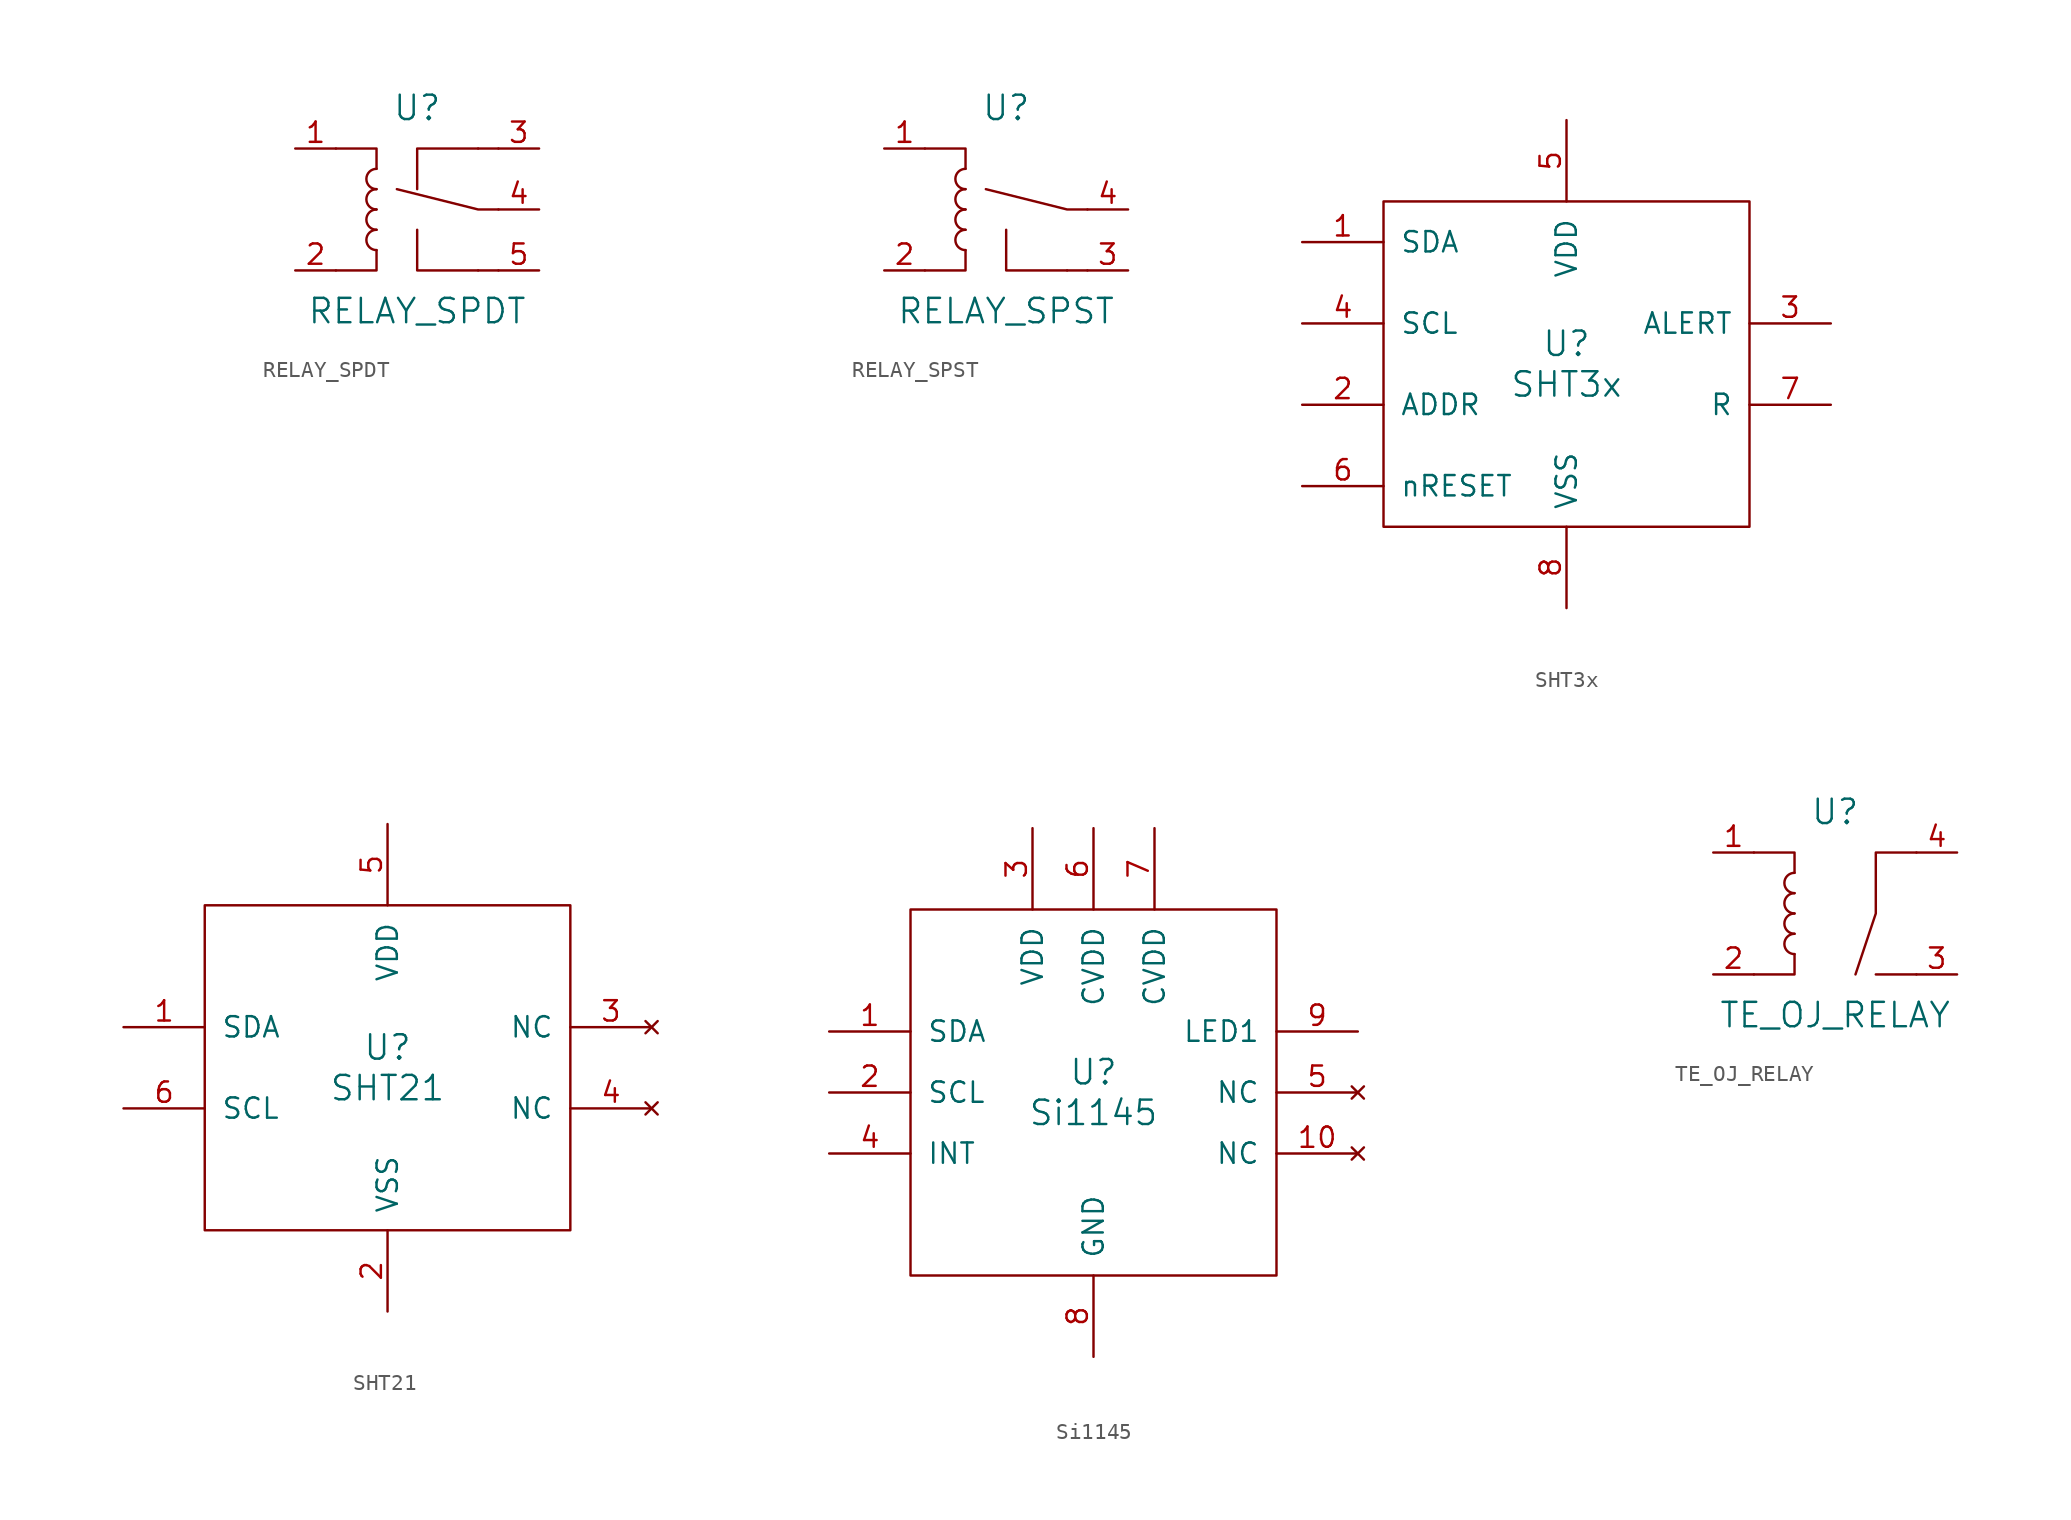
<source format=kicad_sym>
(kicad_symbol_lib
  (version 20220914)
  (generator kicad_symbol_editor)
  (symbol "RELAY_SPDT"
    (pin_names
      (offset 1.016))
    (property "Reference" "U"
      (at 0 6.35 0)
      (effects (font (size 1.524 1.524))))
    (property "Value" "RELAY_SPDT"
      (at 0 -6.35 0)
      (effects (font (size 1.524 1.524))))
    (property "Footprint" ""
      (at -19.05 5.08 0)
      (effects (font (size 1.524 1.524))))
    (property "Datasheet" ""
      (at -19.05 5.08 0)
      (effects (font (size 1.524 1.524))))
    (symbol "RELAY_SPDT_0_1"
      (arc (start -2.54 -1.27) (mid -3.1723 -1.905) (end -2.54 -2.54) (stroke (width 0) (type solid)) (fill (type none)))
      (arc (start -2.54 0) (mid -3.1723 -0.635) (end -2.54 -1.27) (stroke (width 0) (type solid)) (fill (type none)))
      (arc (start -2.54 1.27) (mid -3.1723 0.635) (end -2.54 0) (stroke (width 0) (type solid)) (fill (type none)))
      (arc (start -2.54 2.54) (mid -3.1723 1.905) (end -2.54 1.27) (stroke (width 0) (type solid)) (fill (type none)))
      (polyline (pts (xy 3.81 -3.81) (xy 5.08 -3.81)) (stroke (width 0) (type solid)) (fill (type none)))
      (polyline (pts (xy 3.81 3.81) (xy 5.08 3.81)) (stroke (width 0) (type solid)) (fill (type none)))
      (polyline (pts (xy -2.54 -2.54) (xy -2.54 -3.81) (xy -5.08 -3.81)) (stroke (width 0) (type solid)) (fill (type none)))
      (polyline (pts (xy -2.54 2.54) (xy -2.54 3.81) (xy -5.08 3.81)) (stroke (width 0) (type solid)) (fill (type none)))
      (polyline (pts (xy -1.27 1.27) (xy 3.81 0) (xy 5.08 0)) (stroke (width 0) (type solid)) (fill (type none)))
      (polyline (pts (xy 0 -1.27) (xy 0 -3.81) (xy 3.81 -3.81)) (stroke (width 0) (type solid)) (fill (type none)))
      (polyline (pts (xy 0 1.27) (xy 0 3.81) (xy 3.81 3.81)) (stroke (width 0) (type solid)) (fill (type none))))
    (symbol "RELAY_SPDT_1_1"
      (pin input line (at -7.62 3.81 0) (length 2.54) (name "~" (effects (font (size 1.27 1.27)))) (number "1" (effects (font (size 1.27 1.27)))))
      (pin input line (at -7.62 -3.81 0) (length 2.54) (name "~" (effects (font (size 1.27 1.27)))) (number "2" (effects (font (size 1.27 1.27)))))
      (pin input line (at 7.62 3.81 180) (length 2.54) (name "~" (effects (font (size 1.27 1.27)))) (number "3" (effects (font (size 1.27 1.27)))))
      (pin input line (at 7.62 0 180) (length 2.54) (name "~" (effects (font (size 1.27 1.27)))) (number "4" (effects (font (size 1.27 1.27)))))
      (pin input line (at 7.62 -3.81 180) (length 2.54) (name "~" (effects (font (size 1.27 1.27)))) (number "5" (effects (font (size 1.27 1.27)))))))
  (symbol "RELAY_SPST"
    (pin_names
      (offset 1.016))
    (property "Reference" "U"
      (at 0 6.35 0)
      (effects (font (size 1.524 1.524))))
    (property "Value" "RELAY_SPST"
      (at 0 -6.35 0)
      (effects (font (size 1.524 1.524))))
    (property "Footprint" ""
      (at -19.05 5.08 0)
      (effects (font (size 1.524 1.524))))
    (property "Datasheet" ""
      (at -19.05 5.08 0)
      (effects (font (size 1.524 1.524))))
    (symbol "RELAY_SPST_0_1"
      (arc (start -2.54 -1.27) (mid -3.1723 -1.905) (end -2.54 -2.54) (stroke (width 0) (type solid)) (fill (type none)))
      (arc (start -2.54 0) (mid -3.1723 -0.635) (end -2.54 -1.27) (stroke (width 0) (type solid)) (fill (type none)))
      (arc (start -2.54 1.27) (mid -3.1723 0.635) (end -2.54 0) (stroke (width 0) (type solid)) (fill (type none)))
      (arc (start -2.54 2.54) (mid -3.1723 1.905) (end -2.54 1.27) (stroke (width 0) (type solid)) (fill (type none)))
      (polyline (pts (xy 3.81 -3.81) (xy 5.08 -3.81)) (stroke (width 0) (type solid)) (fill (type none)))
      (polyline (pts (xy -2.54 -2.54) (xy -2.54 -3.81) (xy -5.08 -3.81)) (stroke (width 0) (type solid)) (fill (type none)))
      (polyline (pts (xy -2.54 2.54) (xy -2.54 3.81) (xy -5.08 3.81)) (stroke (width 0) (type solid)) (fill (type none)))
      (polyline (pts (xy -1.27 1.27) (xy 3.81 0) (xy 5.08 0)) (stroke (width 0) (type solid)) (fill (type none)))
      (polyline (pts (xy 0 -1.27) (xy 0 -3.81) (xy 3.81 -3.81)) (stroke (width 0) (type solid)) (fill (type none))))
    (symbol "RELAY_SPST_1_1"
      (pin input line (at -7.62 3.81 0) (length 2.54) (name "~" (effects (font (size 1.27 1.27)))) (number "1" (effects (font (size 1.27 1.27)))))
      (pin input line (at -7.62 -3.81 0) (length 2.54) (name "~" (effects (font (size 1.27 1.27)))) (number "2" (effects (font (size 1.27 1.27)))))
      (pin input line (at 7.62 -3.81 180) (length 2.54) (name "~" (effects (font (size 1.27 1.27)))) (number "3" (effects (font (size 1.27 1.27)))))
      (pin input line (at 7.62 0 180) (length 2.54) (name "~" (effects (font (size 1.27 1.27)))) (number "4" (effects (font (size 1.27 1.27)))))))
  (symbol "SHT3x"
    (pin_names
      (offset 1.016))
    (property "Reference" "U"
      (at 0 1.27 0)
      (effects (font (size 1.524 1.524))))
    (property "Value" "SHT3x"
      (at 0 -1.27 0)
      (effects (font (size 1.524 1.524))))
    (property "Footprint" ""
      (at 0 0 0)
      (effects (font (size 1.524 1.524))))
    (property "Datasheet" ""
      (at 0 0 0)
      (effects (font (size 1.524 1.524))))
    (symbol "SHT3x_0_1"
      (rectangle (start -11.43 10.16) (end 11.43 -10.16) (stroke (width 0) (type solid)) (fill (type none))))
    (symbol "SHT3x_1_1"
      (pin bidirectional line (at -16.51 7.62 0) (length 5.08) (name "SDA" (effects (font (size 1.27 1.27)))) (number "1" (effects (font (size 1.27 1.27)))))
      (pin input line (at -16.51 -2.54 0) (length 5.08) (name "ADDR" (effects (font (size 1.27 1.27)))) (number "2" (effects (font (size 1.27 1.27)))))
      (pin output line (at 16.51 2.54 180) (length 5.08) (name "ALERT" (effects (font (size 1.27 1.27)))) (number "3" (effects (font (size 1.27 1.27)))))
      (pin bidirectional line (at -16.51 2.54 0) (length 5.08) (name "SCL" (effects (font (size 1.27 1.27)))) (number "4" (effects (font (size 1.27 1.27)))))
      (pin power_in line (at 0 15.24 270) (length 5.08) (name "VDD" (effects (font (size 1.27 1.27)))) (number "5" (effects (font (size 1.27 1.27)))))
      (pin input line (at -16.51 -7.62 0) (length 5.08) (name "nRESET" (effects (font (size 1.27 1.27)))) (number "6" (effects (font (size 1.27 1.27)))))
      (pin unspecified line (at 16.51 -2.54 180) (length 5.08) (name "R" (effects (font (size 1.27 1.27)))) (number "7" (effects (font (size 1.27 1.27)))))
      (pin power_in line (at 0 -15.24 90) (length 5.08) (name "VSS" (effects (font (size 1.27 1.27)))) (number "8" (effects (font (size 1.27 1.27)))))))
  (symbol "SHT21"
    (pin_names
      (offset 1.016))
    (property "Reference" "U"
      (at 0 1.27 0)
      (effects (font (size 1.524 1.524))))
    (property "Value" "SHT21"
      (at 0 -1.27 0)
      (effects (font (size 1.524 1.524))))
    (property "Footprint" ""
      (at 0 0 0)
      (effects (font (size 1.524 1.524))))
    (property "Datasheet" ""
      (at 0 0 0)
      (effects (font (size 1.524 1.524))))
    (symbol "SHT21_0_1"
      (rectangle (start -11.43 10.16) (end 11.43 -10.16) (stroke (width 0) (type solid)) (fill (type none))))
    (symbol "SHT21_1_1"
      (pin bidirectional line (at -16.51 2.54 0) (length 5.08) (name "SDA" (effects (font (size 1.27 1.27)))) (number "1" (effects (font (size 1.27 1.27)))))
      (pin power_in line (at 0 -15.24 90) (length 5.08) (name "VSS" (effects (font (size 1.27 1.27)))) (number "2" (effects (font (size 1.27 1.27)))))
      (pin no_connect line (at 16.51 2.54 180) (length 5.08) (name "NC" (effects (font (size 1.27 1.27)))) (number "3" (effects (font (size 1.27 1.27)))))
      (pin no_connect line (at 16.51 -2.54 180) (length 5.08) (name "NC" (effects (font (size 1.27 1.27)))) (number "4" (effects (font (size 1.27 1.27)))))
      (pin power_in line (at 0 15.24 270) (length 5.08) (name "VDD" (effects (font (size 1.27 1.27)))) (number "5" (effects (font (size 1.27 1.27)))))
      (pin bidirectional line (at -16.51 -2.54 0) (length 5.08) (name "SCL" (effects (font (size 1.27 1.27)))) (number "6" (effects (font (size 1.27 1.27)))))))
  (symbol "Si1145"
    (pin_names
      (offset 1.016))
    (property "Reference" "U"
      (at 0 1.27 0)
      (effects (font (size 1.524 1.524))))
    (property "Value" "Si1145"
      (at 0 -1.27 0)
      (effects (font (size 1.524 1.524))))
    (property "Footprint" ""
      (at 0 0 0)
      (effects (font (size 1.524 1.524))))
    (property "Datasheet" ""
      (at 0 0 0)
      (effects (font (size 1.524 1.524))))
    (symbol "Si1145_0_1"
      (rectangle (start -11.43 11.43) (end 11.43 -11.43) (stroke (width 0) (type solid)) (fill (type none))))
    (symbol "Si1145_1_1"
      (pin bidirectional line (at -16.51 3.81 0) (length 5.08) (name "SDA" (effects (font (size 1.27 1.27)))) (number "1" (effects (font (size 1.27 1.27)))))
      (pin no_connect line (at 16.51 -3.81 180) (length 5.08) (name "NC" (effects (font (size 1.27 1.27)))) (number "10" (effects (font (size 1.27 1.27)))))
      (pin bidirectional line (at -16.51 0 0) (length 5.08) (name "SCL" (effects (font (size 1.27 1.27)))) (number "2" (effects (font (size 1.27 1.27)))))
      (pin power_in line (at -3.81 16.51 270) (length 5.08) (name "VDD" (effects (font (size 1.27 1.27)))) (number "3" (effects (font (size 1.27 1.27)))))
      (pin bidirectional line (at -16.51 -3.81 0) (length 5.08) (name "INT" (effects (font (size 1.27 1.27)))) (number "4" (effects (font (size 1.27 1.27)))))
      (pin no_connect line (at 16.51 0 180) (length 5.08) (name "NC" (effects (font (size 1.27 1.27)))) (number "5" (effects (font (size 1.27 1.27)))))
      (pin power_in line (at 0 16.51 270) (length 5.08) (name "CVDD" (effects (font (size 1.27 1.27)))) (number "6" (effects (font (size 1.27 1.27)))))
      (pin power_in line (at 3.81 16.51 270) (length 5.08) (name "CVDD" (effects (font (size 1.27 1.27)))) (number "7" (effects (font (size 1.27 1.27)))))
      (pin power_in line (at 0 -16.51 90) (length 5.08) (name "GND" (effects (font (size 1.27 1.27)))) (number "8" (effects (font (size 1.27 1.27)))))
      (pin open_collector line (at 16.51 3.81 180) (length 5.08) (name "LED1" (effects (font (size 1.27 1.27)))) (number "9" (effects (font (size 1.27 1.27)))))))
  (symbol "TE_OJ_RELAY"
    (pin_names
      (offset 1.016))
    (property "Reference" "U"
      (at 0 6.35 0)
      (effects (font (size 1.524 1.524))))
    (property "Value" "TE_OJ_RELAY"
      (at 0 -6.35 0)
      (effects (font (size 1.524 1.524))))
    (property "Footprint" ""
      (at -19.05 5.08 0)
      (effects (font (size 1.524 1.524))))
    (property "Datasheet" ""
      (at -19.05 5.08 0)
      (effects (font (size 1.524 1.524))))
    (symbol "TE_OJ_RELAY_0_1"
      (arc (start -2.54 -1.27) (mid -3.1723 -1.905) (end -2.54 -2.54) (stroke (width 0) (type solid)) (fill (type none)))
      (arc (start -2.54 0) (mid -3.1723 -0.635) (end -2.54 -1.27) (stroke (width 0) (type solid)) (fill (type none)))
      (arc (start -2.54 1.27) (mid -3.1723 0.635) (end -2.54 0) (stroke (width 0) (type solid)) (fill (type none)))
      (arc (start -2.54 2.54) (mid -3.1723 1.905) (end -2.54 1.27) (stroke (width 0) (type solid)) (fill (type none)))
      (polyline (pts (xy 5.08 -3.81) (xy 2.54 -3.81)) (stroke (width 0) (type solid)) (fill (type none)))
      (polyline (pts (xy -2.54 -2.54) (xy -2.54 -3.81) (xy -5.08 -3.81)) (stroke (width 0) (type solid)) (fill (type none)))
      (polyline (pts (xy -2.54 2.54) (xy -2.54 3.81) (xy -5.08 3.81)) (stroke (width 0) (type solid)) (fill (type none)))
      (polyline (pts (xy 5.08 3.81) (xy 2.54 3.81) (xy 2.54 0) (xy 1.27 -3.81)) (stroke (width 0) (type solid)) (fill (type none))))
    (symbol "TE_OJ_RELAY_1_1"
      (pin input line (at -7.62 3.81 0) (length 2.54) (name "~" (effects (font (size 1.27 1.27)))) (number "1" (effects (font (size 1.27 1.27)))))
      (pin input line (at -7.62 -3.81 0) (length 2.54) (name "~" (effects (font (size 1.27 1.27)))) (number "2" (effects (font (size 1.27 1.27)))))
      (pin input line (at 7.62 -3.81 180) (length 2.54) (name "~" (effects (font (size 1.27 1.27)))) (number "3" (effects (font (size 1.27 1.27)))))
      (pin input line (at 7.62 3.81 180) (length 2.54) (name "~" (effects (font (size 1.27 1.27)))) (number "4" (effects (font (size 1.27 1.27))))))))
</source>
